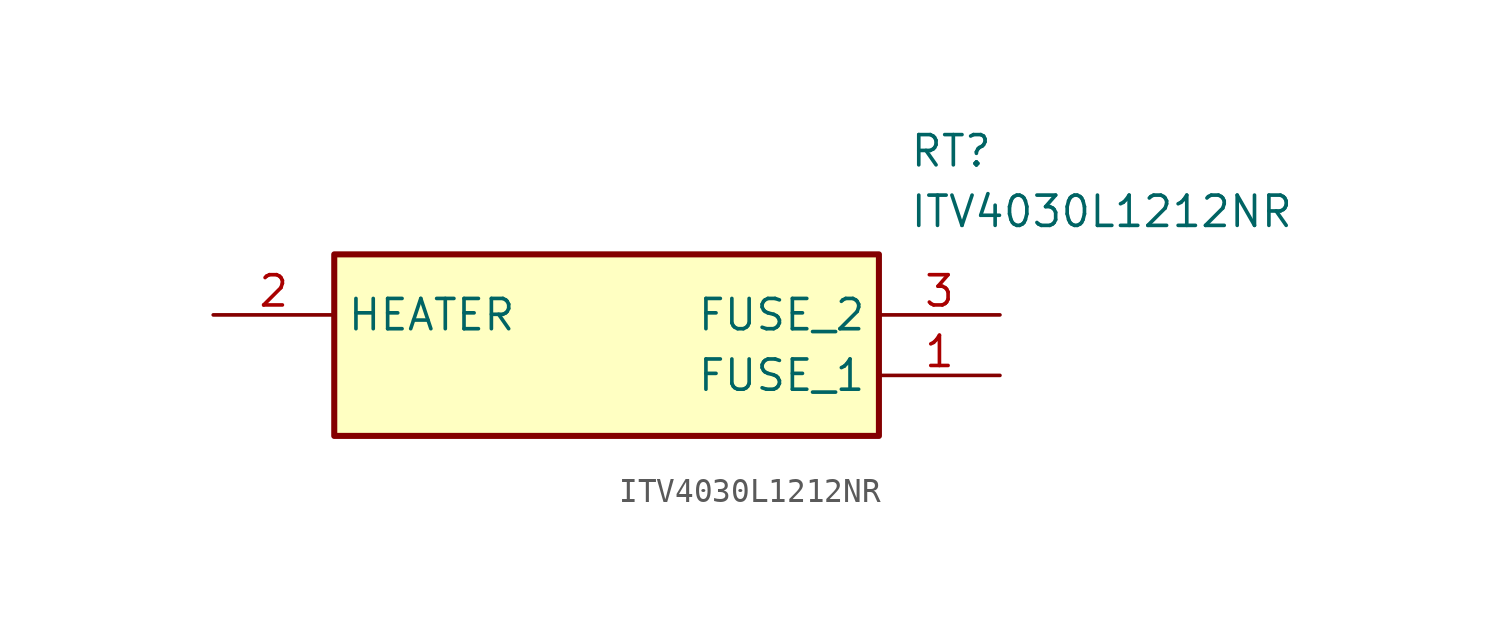
<source format=kicad_sym>
(kicad_symbol_lib
  (version 20211014)
  (generator SamacSys_ECAD_Model)
  (symbol "ITV4030L1212NR"
    (property "Reference" "RT"
      (at 29.21 7.62 0)
      (effects (font (size 1.27 1.27)) (justify left top)))
    (property "Value" "ITV4030L1212NR"
      (at 29.21 5.08 0)
      (effects (font (size 1.27 1.27)) (justify left top)))
    (rectangle
      (start 5.08 2.54)
      (end 27.94 -5.08)
      (stroke (width 0.254) (type default))
      (fill (type background)))
    (pin passive line
      (at 33.02 -2.54 180)
      (length 5.08)
      (name "FUSE_1" (effects (font (size 1.27 1.27))))
      (number "1" (effects (font (size 1.27 1.27)))))
    (pin passive line
      (at 0 0 0)
      (length 5.08)
      (name "HEATER" (effects (font (size 1.27 1.27))))
      (number "2" (effects (font (size 1.27 1.27)))))
    (pin passive line
      (at 33.02 0 180)
      (length 5.08)
      (name "FUSE_2" (effects (font (size 1.27 1.27))))
      (number "3" (effects (font (size 1.27 1.27)))))))
</source>
